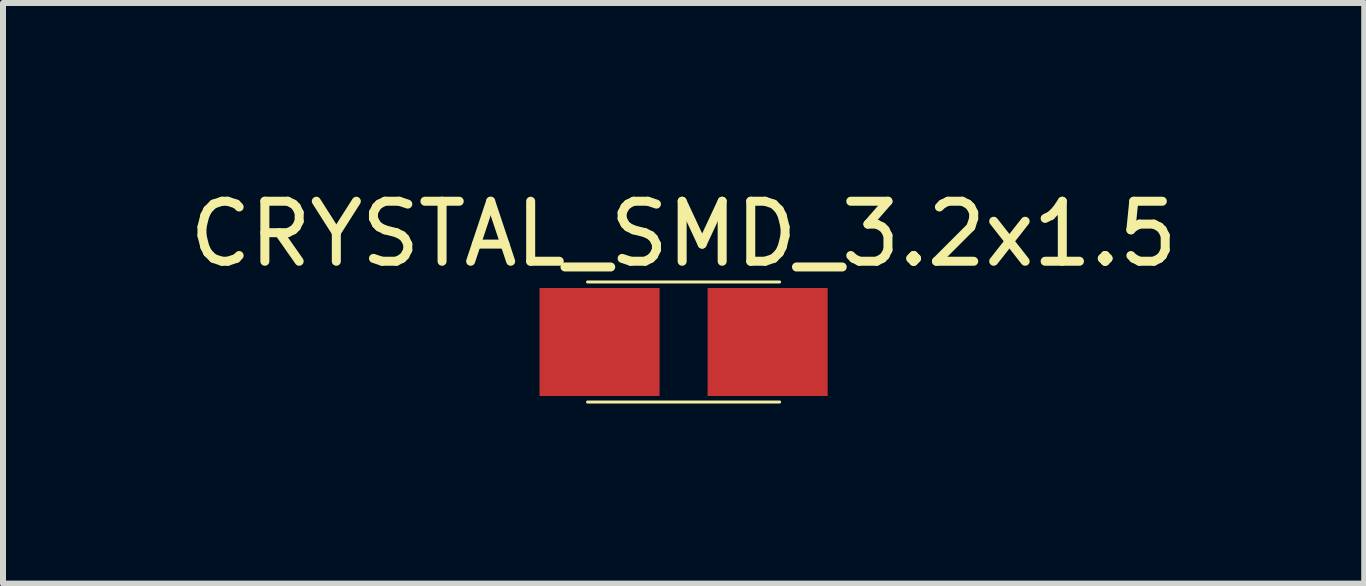
<source format=kicad_pcb>
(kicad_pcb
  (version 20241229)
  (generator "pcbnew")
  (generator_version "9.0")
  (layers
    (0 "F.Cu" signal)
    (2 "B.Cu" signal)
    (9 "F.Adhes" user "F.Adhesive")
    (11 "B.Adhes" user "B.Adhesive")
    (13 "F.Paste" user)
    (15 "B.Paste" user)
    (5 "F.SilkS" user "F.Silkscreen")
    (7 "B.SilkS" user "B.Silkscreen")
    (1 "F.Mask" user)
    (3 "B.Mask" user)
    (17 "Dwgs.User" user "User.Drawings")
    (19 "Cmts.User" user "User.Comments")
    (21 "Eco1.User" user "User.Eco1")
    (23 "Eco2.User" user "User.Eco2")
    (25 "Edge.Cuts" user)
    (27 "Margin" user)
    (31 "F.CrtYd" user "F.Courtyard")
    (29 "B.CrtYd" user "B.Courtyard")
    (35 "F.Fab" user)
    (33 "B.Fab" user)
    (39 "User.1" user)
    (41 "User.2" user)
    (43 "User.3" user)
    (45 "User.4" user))
  (footprint "CRYSTAL_SMD_3.2x1.5"
    (layer "F.Cu")
    (at 8.339 2.648)
    (property "Reference" "CRYSTAL_SMD_3.2x1.5" (at 0 -1.8 0) (layer "F.SilkS") (effects (font (size 1 1) (thickness 0.15))))
    (attr through_hole)
    (fp_line (start -1.6 -1) (end 1.6 -1) (stroke (width 0.05) (type solid)) (layer "F.SilkS"))
    (fp_line (start -1.6 1) (end 1.6 1) (stroke (width 0.05) (type solid)) (layer "F.SilkS"))
    (pad "1" smd rect (at -1.4 0) (size 2 1.8) (layers "F.Cu" "F.Mask" "F.Paste"))
    (pad "2" smd rect (at 1.4 0) (size 2 1.8) (layers "F.Cu" "F.Mask" "F.Paste")))
  (gr_rect
    (start -3 -3)
    (end 19.679 6.673)
    (stroke (width 0.1) (type default))
    (fill no)
    (layer "Edge.Cuts")))
</source>
